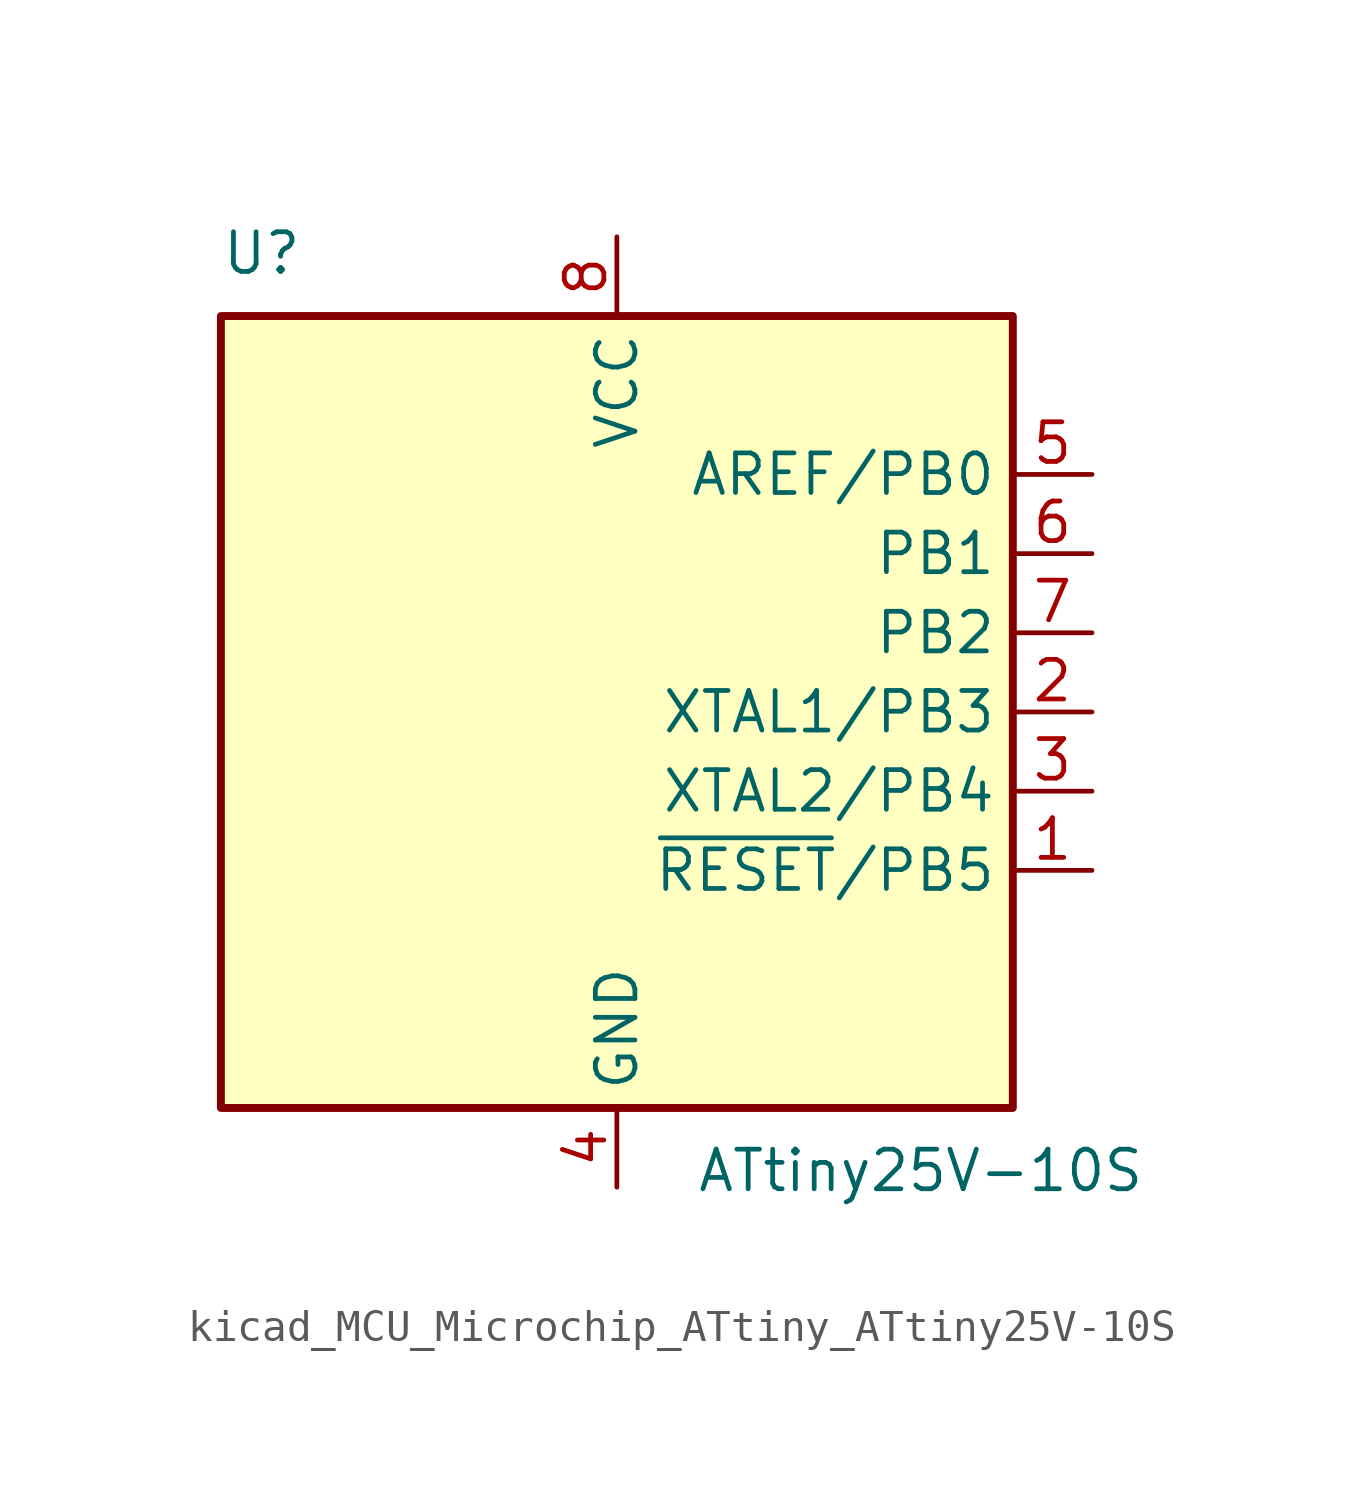
<source format=kicad_sym>
(kicad_symbol_lib
  (version 20220914)
  (generator kicad_symbol_editor)
  (symbol "kicad_MCU_Microchip_ATtiny_ATtiny25V-10S"
    (property "Reference" "U"
      (at -12.7 13.97 0)
      (effects (font (size 1.27 1.27)) (justify left bottom)))
    (property "Value" "ATtiny25V-10S"
      (at 2.54 -13.97 0)
      (effects (font (size 1.27 1.27)) (justify left top)))
    (symbol "kicad_MCU_Microchip_ATtiny_ATtiny25V-10S_0_1"
      (rectangle (start -12.7 -12.7) (end 12.7 12.7) (stroke (width 0.254) (type default)) (fill (type background))))
    (symbol "kicad_MCU_Microchip_ATtiny_ATtiny25V-10S_1_1"
      (pin bidirectional line (at 15.24 -5.08 180) (length 2.54) (name "~{RESET}/PB5" (effects (font (size 1.27 1.27)))) (number "1" (effects (font (size 1.27 1.27)))))
      (pin bidirectional line (at 15.24 0 180) (length 2.54) (name "XTAL1/PB3" (effects (font (size 1.27 1.27)))) (number "2" (effects (font (size 1.27 1.27)))))
      (pin bidirectional line (at 15.24 -2.54 180) (length 2.54) (name "XTAL2/PB4" (effects (font (size 1.27 1.27)))) (number "3" (effects (font (size 1.27 1.27)))))
      (pin power_in line (at 0 -15.24 90) (length 2.54) (name "GND" (effects (font (size 1.27 1.27)))) (number "4" (effects (font (size 1.27 1.27)))))
      (pin bidirectional line (at 15.24 7.62 180) (length 2.54) (name "AREF/PB0" (effects (font (size 1.27 1.27)))) (number "5" (effects (font (size 1.27 1.27)))))
      (pin bidirectional line (at 15.24 5.08 180) (length 2.54) (name "PB1" (effects (font (size 1.27 1.27)))) (number "6" (effects (font (size 1.27 1.27)))))
      (pin bidirectional line (at 15.24 2.54 180) (length 2.54) (name "PB2" (effects (font (size 1.27 1.27)))) (number "7" (effects (font (size 1.27 1.27)))))
      (pin power_in line (at 0 15.24 270) (length 2.54) (name "VCC" (effects (font (size 1.27 1.27)))) (number "8" (effects (font (size 1.27 1.27))))))))
</source>
